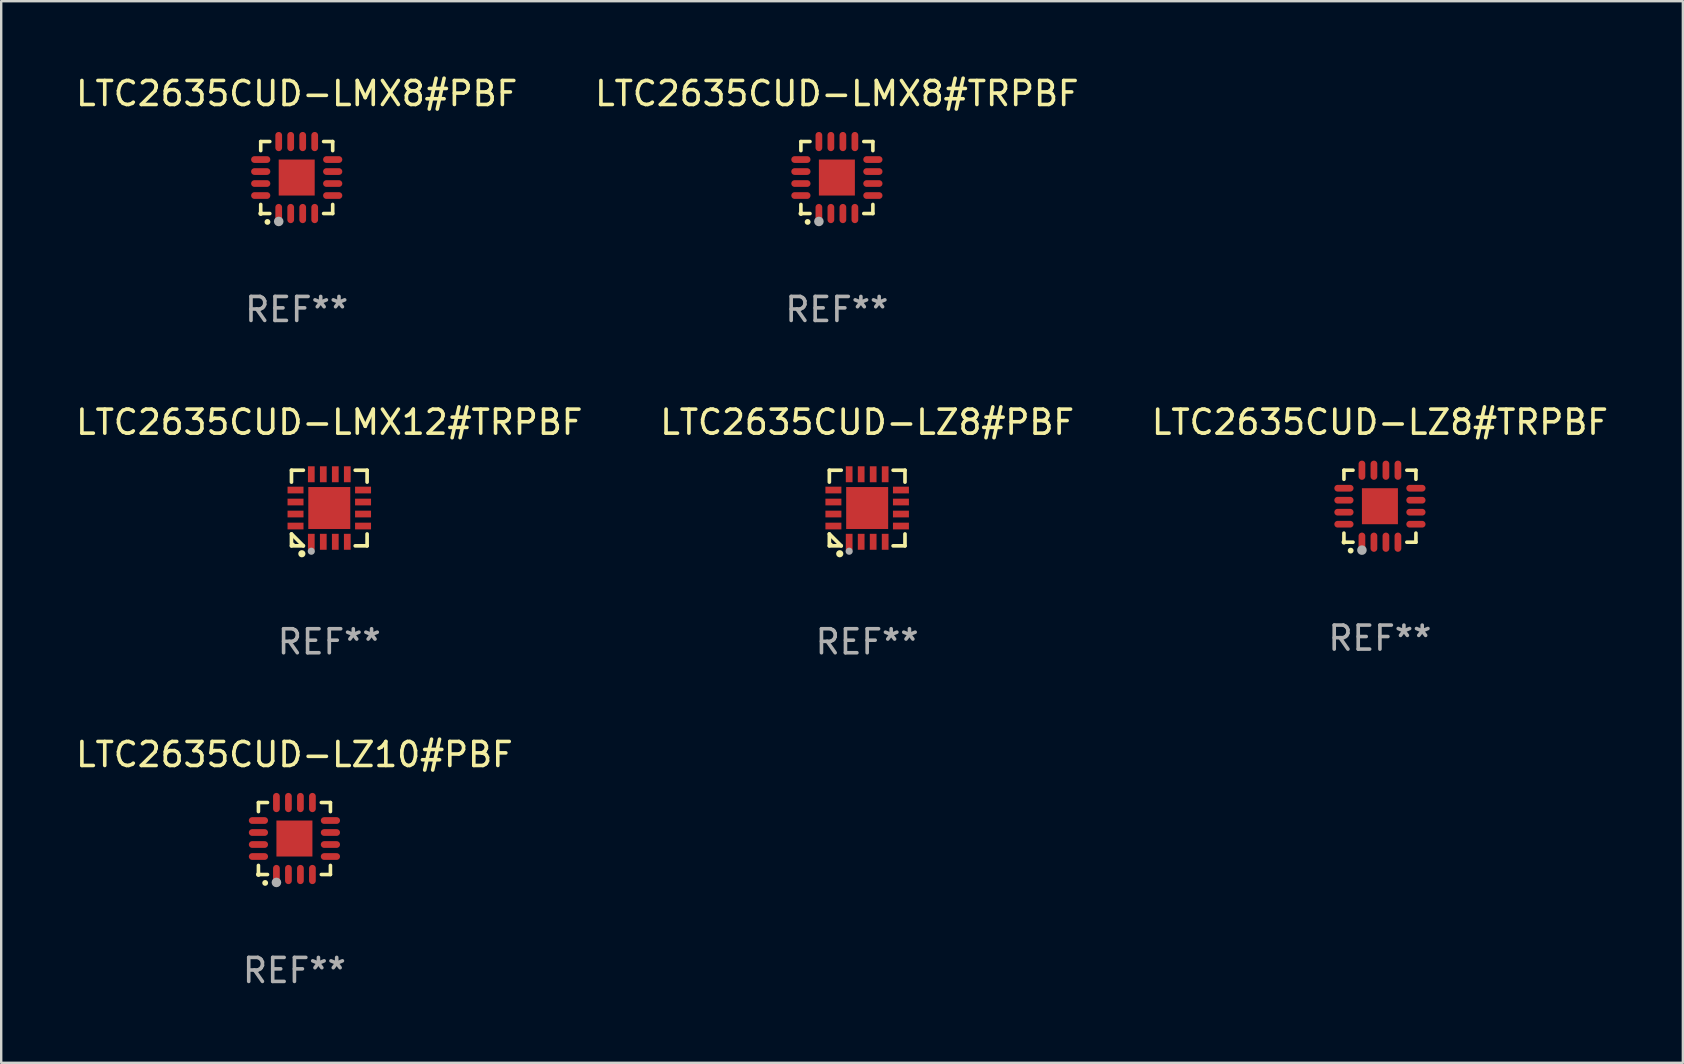
<source format=kicad_pcb>
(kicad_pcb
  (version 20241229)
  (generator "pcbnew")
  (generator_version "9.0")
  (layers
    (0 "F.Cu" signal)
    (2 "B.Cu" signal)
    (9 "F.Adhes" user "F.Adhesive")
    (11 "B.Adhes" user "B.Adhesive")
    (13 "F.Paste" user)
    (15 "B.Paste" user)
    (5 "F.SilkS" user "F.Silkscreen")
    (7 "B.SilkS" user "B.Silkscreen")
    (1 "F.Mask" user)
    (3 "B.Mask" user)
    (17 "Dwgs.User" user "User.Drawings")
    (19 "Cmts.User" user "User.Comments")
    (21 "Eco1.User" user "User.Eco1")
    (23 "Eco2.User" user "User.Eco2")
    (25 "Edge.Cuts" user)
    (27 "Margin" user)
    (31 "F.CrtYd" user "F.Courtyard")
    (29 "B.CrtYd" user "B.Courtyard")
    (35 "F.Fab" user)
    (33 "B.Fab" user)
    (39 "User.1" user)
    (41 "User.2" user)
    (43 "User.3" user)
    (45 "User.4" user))
  (footprint "LTC2635CUD-LMX8#PBF"
    (layer "F.Cu")
    (at 9.315 4.349)
    (property "Reference" "LTC2635CUD-LMX8#PBF" (at 0 -3.5 0) (layer "F.SilkS") (effects (font (size 1 1) (thickness 0.15))))
    (attr through_hole)
    (fp_line (start -1.5 -1.5) (end -1.121 -1.5) (stroke (width 0.15) (type solid)) (layer "F.SilkS"))
    (fp_line (start -1.5 -1.122) (end -1.5 -1.5) (stroke (width 0.15) (type solid)) (layer "F.SilkS"))
    (fp_line (start -1.5 1.5) (end -1.5 1.121) (stroke (width 0.15) (type solid)) (layer "F.SilkS"))
    (fp_line (start -1.121 1.5) (end -1.5 1.5) (stroke (width 0.15) (type solid)) (layer "F.SilkS"))
    (fp_line (start 1.121 -1.5) (end 1.5 -1.5) (stroke (width 0.15) (type solid)) (layer "F.SilkS"))
    (fp_line (start 1.5 -1.5) (end 1.5 -1.122) (stroke (width 0.15) (type solid)) (layer "F.SilkS"))
    (fp_line (start 1.5 1.121) (end 1.5 1.5) (stroke (width 0.15) (type solid)) (layer "F.SilkS"))
    (fp_line (start 1.5 1.5) (end 1.121 1.5) (stroke (width 0.15) (type solid)) (layer "F.SilkS"))
    (fp_arc (start -1.219926 1.850254) (mid -1.21891 1.85025) (end -1.217894 1.850254) (stroke (width 0.240005) (type solid)) (layer "F.SilkS"))
    (fp_circle (center -1.5 1.5) (end -1.45 1.5) (stroke (width 0.1) (type solid)) (fill no) (layer "F.SilkS"))
    (fp_circle (center -0.75 1.83) (end -0.65 1.83) (stroke (width 0.2) (type solid)) (fill no) (layer "F.Fab"))
    (fp_text user "REF**" (at 0 5.5 0) (layer "F.Fab") (effects (font (size 1 1) (thickness 0.15))))
    (pad "1" smd oval (at -0.75 1.5) (size 0.28 0.8) (layers "F.Cu" "F.Mask" "F.Paste"))
    (pad "2" smd oval (at -0.25 1.5) (size 0.28 0.8) (layers "F.Cu" "F.Mask" "F.Paste"))
    (pad "3" smd oval (at 0.25 1.5) (size 0.28 0.8) (layers "F.Cu" "F.Mask" "F.Paste"))
    (pad "4" smd oval (at 0.75 1.5) (size 0.28 0.8) (layers "F.Cu" "F.Mask" "F.Paste"))
    (pad "5" smd oval (at 1.5 0.75) (size 0.8 0.28) (layers "F.Cu" "F.Mask" "F.Paste"))
    (pad "6" smd oval (at 1.5 0.25) (size 0.8 0.28) (layers "F.Cu" "F.Mask" "F.Paste"))
    (pad "7" smd oval (at 1.5 -0.25) (size 0.8 0.28) (layers "F.Cu" "F.Mask" "F.Paste"))
    (pad "8" smd oval (at 1.5 -0.75) (size 0.8 0.28) (layers "F.Cu" "F.Mask" "F.Paste"))
    (pad "9" smd oval (at 0.75 -1.5) (size 0.28 0.8) (layers "F.Cu" "F.Mask" "F.Paste"))
    (pad "10" smd oval (at 0.25 -1.5) (size 0.28 0.8) (layers "F.Cu" "F.Mask" "F.Paste"))
    (pad "11" smd oval (at -0.25 -1.5) (size 0.28 0.8) (layers "F.Cu" "F.Mask" "F.Paste"))
    (pad "12" smd oval (at -0.75 -1.5) (size 0.28 0.8) (layers "F.Cu" "F.Mask" "F.Paste"))
    (pad "13" smd oval (at -1.5 -0.75) (size 0.8 0.28) (layers "F.Cu" "F.Mask" "F.Paste"))
    (pad "14" smd oval (at -1.5 -0.25) (size 0.8 0.28) (layers "F.Cu" "F.Mask" "F.Paste"))
    (pad "15" smd oval (at -1.5 0.25) (size 0.8 0.28) (layers "F.Cu" "F.Mask" "F.Paste"))
    (pad "16" smd oval (at -1.5 0.75) (size 0.8 0.28) (layers "F.Cu" "F.Mask" "F.Paste"))
    (pad "17" smd rect (at -0.000064 0.000165) (size 1.5 1.5) (layers "F.Cu" "F.Mask" "F.Paste")))
  (footprint "LTC2635CUD-LMX8#TRPBF"
    (layer "F.Cu")
    (at 31.827 4.349)
    (property "Reference" "LTC2635CUD-LMX8#TRPBF" (at 0 -3.5 0) (layer "F.SilkS") (effects (font (size 1 1) (thickness 0.15))))
    (attr through_hole)
    (fp_line (start -1.5 -1.5) (end -1.121 -1.5) (stroke (width 0.15) (type solid)) (layer "F.SilkS"))
    (fp_line (start -1.5 -1.122) (end -1.5 -1.5) (stroke (width 0.15) (type solid)) (layer "F.SilkS"))
    (fp_line (start -1.5 1.5) (end -1.5 1.121) (stroke (width 0.15) (type solid)) (layer "F.SilkS"))
    (fp_line (start -1.121 1.5) (end -1.5 1.5) (stroke (width 0.15) (type solid)) (layer "F.SilkS"))
    (fp_line (start 1.121 -1.5) (end 1.5 -1.5) (stroke (width 0.15) (type solid)) (layer "F.SilkS"))
    (fp_line (start 1.5 -1.5) (end 1.5 -1.122) (stroke (width 0.15) (type solid)) (layer "F.SilkS"))
    (fp_line (start 1.5 1.121) (end 1.5 1.5) (stroke (width 0.15) (type solid)) (layer "F.SilkS"))
    (fp_line (start 1.5 1.5) (end 1.121 1.5) (stroke (width 0.15) (type solid)) (layer "F.SilkS"))
    (fp_arc (start -1.219926 1.850254) (mid -1.21891 1.85025) (end -1.217894 1.850254) (stroke (width 0.240005) (type solid)) (layer "F.SilkS"))
    (fp_circle (center -1.5 1.5) (end -1.45 1.5) (stroke (width 0.1) (type solid)) (fill no) (layer "F.SilkS"))
    (fp_circle (center -0.75 1.83) (end -0.65 1.83) (stroke (width 0.2) (type solid)) (fill no) (layer "F.Fab"))
    (fp_text user "REF**" (at 0 5.5 0) (layer "F.Fab") (effects (font (size 1 1) (thickness 0.15))))
    (pad "1" smd oval (at -0.75 1.5) (size 0.28 0.8) (layers "F.Cu" "F.Mask" "F.Paste"))
    (pad "2" smd oval (at -0.25 1.5) (size 0.28 0.8) (layers "F.Cu" "F.Mask" "F.Paste"))
    (pad "3" smd oval (at 0.25 1.5) (size 0.28 0.8) (layers "F.Cu" "F.Mask" "F.Paste"))
    (pad "4" smd oval (at 0.75 1.5) (size 0.28 0.8) (layers "F.Cu" "F.Mask" "F.Paste"))
    (pad "5" smd oval (at 1.5 0.75) (size 0.8 0.28) (layers "F.Cu" "F.Mask" "F.Paste"))
    (pad "6" smd oval (at 1.5 0.25) (size 0.8 0.28) (layers "F.Cu" "F.Mask" "F.Paste"))
    (pad "7" smd oval (at 1.5 -0.25) (size 0.8 0.28) (layers "F.Cu" "F.Mask" "F.Paste"))
    (pad "8" smd oval (at 1.5 -0.75) (size 0.8 0.28) (layers "F.Cu" "F.Mask" "F.Paste"))
    (pad "9" smd oval (at 0.75 -1.5) (size 0.28 0.8) (layers "F.Cu" "F.Mask" "F.Paste"))
    (pad "10" smd oval (at 0.25 -1.5) (size 0.28 0.8) (layers "F.Cu" "F.Mask" "F.Paste"))
    (pad "11" smd oval (at -0.25 -1.5) (size 0.28 0.8) (layers "F.Cu" "F.Mask" "F.Paste"))
    (pad "12" smd oval (at -0.75 -1.5) (size 0.28 0.8) (layers "F.Cu" "F.Mask" "F.Paste"))
    (pad "13" smd oval (at -1.5 -0.75) (size 0.8 0.28) (layers "F.Cu" "F.Mask" "F.Paste"))
    (pad "14" smd oval (at -1.5 -0.25) (size 0.8 0.28) (layers "F.Cu" "F.Mask" "F.Paste"))
    (pad "15" smd oval (at -1.5 0.25) (size 0.8 0.28) (layers "F.Cu" "F.Mask" "F.Paste"))
    (pad "16" smd oval (at -1.5 0.75) (size 0.8 0.28) (layers "F.Cu" "F.Mask" "F.Paste"))
    (pad "17" smd rect (at -0.000064 0.000165) (size 1.5 1.5) (layers "F.Cu" "F.Mask" "F.Paste")))
  (footprint "LTC2635CUD-LZ10#PBF"
    (layer "F.Cu")
    (at 9.22 31.895)
    (property "Reference" "LTC2635CUD-LZ10#PBF" (at 0 -3.5 0) (layer "F.SilkS") (effects (font (size 1 1) (thickness 0.15))))
    (attr through_hole)
    (fp_line (start -1.5 -1.5) (end -1.121 -1.5) (stroke (width 0.15) (type solid)) (layer "F.SilkS"))
    (fp_line (start -1.5 -1.122) (end -1.5 -1.5) (stroke (width 0.15) (type solid)) (layer "F.SilkS"))
    (fp_line (start -1.5 1.5) (end -1.5 1.121) (stroke (width 0.15) (type solid)) (layer "F.SilkS"))
    (fp_line (start -1.121 1.5) (end -1.5 1.5) (stroke (width 0.15) (type solid)) (layer "F.SilkS"))
    (fp_line (start 1.121 -1.5) (end 1.5 -1.5) (stroke (width 0.15) (type solid)) (layer "F.SilkS"))
    (fp_line (start 1.5 -1.5) (end 1.5 -1.122) (stroke (width 0.15) (type solid)) (layer "F.SilkS"))
    (fp_line (start 1.5 1.121) (end 1.5 1.5) (stroke (width 0.15) (type solid)) (layer "F.SilkS"))
    (fp_line (start 1.5 1.5) (end 1.121 1.5) (stroke (width 0.15) (type solid)) (layer "F.SilkS"))
    (fp_arc (start -1.219926 1.850254) (mid -1.21891 1.85025) (end -1.217894 1.850254) (stroke (width 0.240005) (type solid)) (layer "F.SilkS"))
    (fp_circle (center -1.5 1.5) (end -1.45 1.5) (stroke (width 0.1) (type solid)) (fill no) (layer "F.SilkS"))
    (fp_circle (center -0.75 1.83) (end -0.65 1.83) (stroke (width 0.2) (type solid)) (fill no) (layer "F.Fab"))
    (fp_text user "REF**" (at 0 5.5 0) (layer "F.Fab") (effects (font (size 1 1) (thickness 0.15))))
    (pad "1" smd oval (at -0.75 1.5) (size 0.28 0.8) (layers "F.Cu" "F.Mask" "F.Paste"))
    (pad "2" smd oval (at -0.25 1.5) (size 0.28 0.8) (layers "F.Cu" "F.Mask" "F.Paste"))
    (pad "3" smd oval (at 0.25 1.5) (size 0.28 0.8) (layers "F.Cu" "F.Mask" "F.Paste"))
    (pad "4" smd oval (at 0.75 1.5) (size 0.28 0.8) (layers "F.Cu" "F.Mask" "F.Paste"))
    (pad "5" smd oval (at 1.5 0.75) (size 0.8 0.28) (layers "F.Cu" "F.Mask" "F.Paste"))
    (pad "6" smd oval (at 1.5 0.25) (size 0.8 0.28) (layers "F.Cu" "F.Mask" "F.Paste"))
    (pad "7" smd oval (at 1.5 -0.25) (size 0.8 0.28) (layers "F.Cu" "F.Mask" "F.Paste"))
    (pad "8" smd oval (at 1.5 -0.75) (size 0.8 0.28) (layers "F.Cu" "F.Mask" "F.Paste"))
    (pad "9" smd oval (at 0.75 -1.5) (size 0.28 0.8) (layers "F.Cu" "F.Mask" "F.Paste"))
    (pad "10" smd oval (at 0.25 -1.5) (size 0.28 0.8) (layers "F.Cu" "F.Mask" "F.Paste"))
    (pad "11" smd oval (at -0.25 -1.5) (size 0.28 0.8) (layers "F.Cu" "F.Mask" "F.Paste"))
    (pad "12" smd oval (at -0.75 -1.5) (size 0.28 0.8) (layers "F.Cu" "F.Mask" "F.Paste"))
    (pad "13" smd oval (at -1.5 -0.75) (size 0.8 0.28) (layers "F.Cu" "F.Mask" "F.Paste"))
    (pad "14" smd oval (at -1.5 -0.25) (size 0.8 0.28) (layers "F.Cu" "F.Mask" "F.Paste"))
    (pad "15" smd oval (at -1.5 0.25) (size 0.8 0.28) (layers "F.Cu" "F.Mask" "F.Paste"))
    (pad "16" smd oval (at -1.5 0.75) (size 0.8 0.28) (layers "F.Cu" "F.Mask" "F.Paste"))
    (pad "17" smd rect (at -0.000064 0.000165) (size 1.5 1.5) (layers "F.Cu" "F.Mask" "F.Paste")))
  (footprint "LTC2635CUD-LZ8#TRPBF"
    (layer "F.Cu")
    (at 54.458 18.046)
    (property "Reference" "LTC2635CUD-LZ8#TRPBF" (at 0 -3.5 0) (layer "F.SilkS") (effects (font (size 1 1) (thickness 0.15))))
    (attr through_hole)
    (fp_line (start -1.5 -1.5) (end -1.121 -1.5) (stroke (width 0.15) (type solid)) (layer "F.SilkS"))
    (fp_line (start -1.5 -1.122) (end -1.5 -1.5) (stroke (width 0.15) (type solid)) (layer "F.SilkS"))
    (fp_line (start -1.5 1.5) (end -1.5 1.121) (stroke (width 0.15) (type solid)) (layer "F.SilkS"))
    (fp_line (start -1.121 1.5) (end -1.5 1.5) (stroke (width 0.15) (type solid)) (layer "F.SilkS"))
    (fp_line (start 1.121 -1.5) (end 1.5 -1.5) (stroke (width 0.15) (type solid)) (layer "F.SilkS"))
    (fp_line (start 1.5 -1.5) (end 1.5 -1.122) (stroke (width 0.15) (type solid)) (layer "F.SilkS"))
    (fp_line (start 1.5 1.121) (end 1.5 1.5) (stroke (width 0.15) (type solid)) (layer "F.SilkS"))
    (fp_line (start 1.5 1.5) (end 1.121 1.5) (stroke (width 0.15) (type solid)) (layer "F.SilkS"))
    (fp_arc (start -1.219926 1.850254) (mid -1.21891 1.85025) (end -1.217894 1.850254) (stroke (width 0.240005) (type solid)) (layer "F.SilkS"))
    (fp_circle (center -1.5 1.5) (end -1.45 1.5) (stroke (width 0.1) (type solid)) (fill no) (layer "F.SilkS"))
    (fp_circle (center -0.75 1.83) (end -0.65 1.83) (stroke (width 0.2) (type solid)) (fill no) (layer "F.Fab"))
    (fp_text user "REF**" (at 0 5.5 0) (layer "F.Fab") (effects (font (size 1 1) (thickness 0.15))))
    (pad "1" smd oval (at -0.75 1.5) (size 0.28 0.8) (layers "F.Cu" "F.Mask" "F.Paste"))
    (pad "2" smd oval (at -0.25 1.5) (size 0.28 0.8) (layers "F.Cu" "F.Mask" "F.Paste"))
    (pad "3" smd oval (at 0.25 1.5) (size 0.28 0.8) (layers "F.Cu" "F.Mask" "F.Paste"))
    (pad "4" smd oval (at 0.75 1.5) (size 0.28 0.8) (layers "F.Cu" "F.Mask" "F.Paste"))
    (pad "5" smd oval (at 1.5 0.75) (size 0.8 0.28) (layers "F.Cu" "F.Mask" "F.Paste"))
    (pad "6" smd oval (at 1.5 0.25) (size 0.8 0.28) (layers "F.Cu" "F.Mask" "F.Paste"))
    (pad "7" smd oval (at 1.5 -0.25) (size 0.8 0.28) (layers "F.Cu" "F.Mask" "F.Paste"))
    (pad "8" smd oval (at 1.5 -0.75) (size 0.8 0.28) (layers "F.Cu" "F.Mask" "F.Paste"))
    (pad "9" smd oval (at 0.75 -1.5) (size 0.28 0.8) (layers "F.Cu" "F.Mask" "F.Paste"))
    (pad "10" smd oval (at 0.25 -1.5) (size 0.28 0.8) (layers "F.Cu" "F.Mask" "F.Paste"))
    (pad "11" smd oval (at -0.25 -1.5) (size 0.28 0.8) (layers "F.Cu" "F.Mask" "F.Paste"))
    (pad "12" smd oval (at -0.75 -1.5) (size 0.28 0.8) (layers "F.Cu" "F.Mask" "F.Paste"))
    (pad "13" smd oval (at -1.5 -0.75) (size 0.8 0.28) (layers "F.Cu" "F.Mask" "F.Paste"))
    (pad "14" smd oval (at -1.5 -0.25) (size 0.8 0.28) (layers "F.Cu" "F.Mask" "F.Paste"))
    (pad "15" smd oval (at -1.5 0.25) (size 0.8 0.28) (layers "F.Cu" "F.Mask" "F.Paste"))
    (pad "16" smd oval (at -1.5 0.75) (size 0.8 0.28) (layers "F.Cu" "F.Mask" "F.Paste"))
    (pad "17" smd rect (at -0.000064 0.000165) (size 1.5 1.5) (layers "F.Cu" "F.Mask" "F.Paste")))
  (footprint "LTC2635CUD-LMX12#TRPBF"
    (layer "F.Cu")
    (at 10.673 18.122)
    (property "Reference" "LTC2635CUD-LMX12#TRPBF" (at 0 -3.576 0) (layer "F.SilkS") (effects (font (size 1 1) (thickness 0.15))))
    (attr through_hole)
    (fp_line (start -1.576 -1.576) (end -1.08 -1.576) (stroke (width 0.152) (type solid)) (layer "F.SilkS"))
    (fp_line (start -1.576 -1.08) (end -1.576 -1.576) (stroke (width 0.152) (type solid)) (layer "F.SilkS"))
    (fp_line (start -1.576 1.08) (end -1.576 1.576) (stroke (width 0.152) (type solid)) (layer "F.SilkS"))
    (fp_line (start -1.576 1.576) (end -1.08 1.576) (stroke (width 0.152) (type solid)) (layer "F.SilkS"))
    (fp_line (start -1.08 1.576) (end -1.576 1.08) (stroke (width 0.152) (type solid)) (layer "F.SilkS"))
    (fp_line (start 1.576 -1.576) (end 1.08 -1.576) (stroke (width 0.152) (type solid)) (layer "F.SilkS"))
    (fp_line (start 1.576 -1.08) (end 1.576 -1.576) (stroke (width 0.152) (type solid)) (layer "F.SilkS"))
    (fp_line (start 1.576 1.08) (end 1.576 1.576) (stroke (width 0.152) (type solid)) (layer "F.SilkS"))
    (fp_line (start 1.576 1.576) (end 1.08 1.576) (stroke (width 0.152) (type solid)) (layer "F.SilkS"))
    (fp_circle (center -1.5 1.5) (end -1.47 1.5) (stroke (width 0.06) (type solid)) (fill no) (layer "F.SilkS"))
    (fp_circle (center -1.143 1.905) (end -1.068 1.905) (stroke (width 0.15) (type solid)) (fill no) (layer "F.SilkS"))
    (fp_circle (center -0.75 1.8) (end -0.675 1.8) (stroke (width 0.15) (type solid)) (fill no) (layer "F.Fab"))
    (fp_text user "REF**" (at 0 5.576 0) (layer "F.Fab") (effects (font (size 1 1) (thickness 0.15))))
    (pad "1" smd rect (at -0.75 1.407) (size 0.28 0.665) (layers "F.Cu" "F.Mask" "F.Paste"))
    (pad "2" smd rect (at -0.25 1.407) (size 0.28 0.665) (layers "F.Cu" "F.Mask" "F.Paste"))
    (pad "3" smd rect (at 0.25 1.407) (size 0.28 0.665) (layers "F.Cu" "F.Mask" "F.Paste"))
    (pad "4" smd rect (at 0.75 1.407) (size 0.28 0.665) (layers "F.Cu" "F.Mask" "F.Paste"))
    (pad "5" smd rect (at 1.407 0.75) (size 0.665 0.28) (layers "F.Cu" "F.Mask" "F.Paste"))
    (pad "6" smd rect (at 1.407 0.25) (size 0.665 0.28) (layers "F.Cu" "F.Mask" "F.Paste"))
    (pad "7" smd rect (at 1.407 -0.25) (size 0.665 0.28) (layers "F.Cu" "F.Mask" "F.Paste"))
    (pad "8" smd rect (at 1.407 -0.75) (size 0.665 0.28) (layers "F.Cu" "F.Mask" "F.Paste"))
    (pad "9" smd rect (at 0.75 -1.407) (size 0.28 0.665) (layers "F.Cu" "F.Mask" "F.Paste"))
    (pad "10" smd rect (at 0.25 -1.407) (size 0.28 0.665) (layers "F.Cu" "F.Mask" "F.Paste"))
    (pad "11" smd rect (at -0.25 -1.407) (size 0.28 0.665) (layers "F.Cu" "F.Mask" "F.Paste"))
    (pad "12" smd rect (at -0.75 -1.407) (size 0.28 0.665) (layers "F.Cu" "F.Mask" "F.Paste"))
    (pad "13" smd rect (at -1.407 -0.75) (size 0.665 0.28) (layers "F.Cu" "F.Mask" "F.Paste"))
    (pad "14" smd rect (at -1.407 -0.25) (size 0.665 0.28) (layers "F.Cu" "F.Mask" "F.Paste"))
    (pad "15" smd rect (at -1.407 0.25) (size 0.665 0.28) (layers "F.Cu" "F.Mask" "F.Paste"))
    (pad "16" smd rect (at -1.407 0.75) (size 0.665 0.28) (layers "F.Cu" "F.Mask" "F.Paste"))
    (pad "17" smd rect (at 0 0) (size 1.75 1.75) (layers "F.Cu" "F.Mask" "F.Paste")))
  (footprint "LTC2635CUD-LZ8#PBF"
    (layer "F.Cu")
    (at 33.089 18.122)
    (property "Reference" "LTC2635CUD-LZ8#PBF" (at 0 -3.576 0) (layer "F.SilkS") (effects (font (size 1 1) (thickness 0.15))))
    (attr through_hole)
    (fp_line (start -1.576 -1.576) (end -1.08 -1.576) (stroke (width 0.152) (type solid)) (layer "F.SilkS"))
    (fp_line (start -1.576 -1.08) (end -1.576 -1.576) (stroke (width 0.152) (type solid)) (layer "F.SilkS"))
    (fp_line (start -1.576 1.08) (end -1.576 1.576) (stroke (width 0.152) (type solid)) (layer "F.SilkS"))
    (fp_line (start -1.576 1.576) (end -1.08 1.576) (stroke (width 0.152) (type solid)) (layer "F.SilkS"))
    (fp_line (start -1.08 1.576) (end -1.576 1.08) (stroke (width 0.152) (type solid)) (layer "F.SilkS"))
    (fp_line (start 1.576 -1.576) (end 1.08 -1.576) (stroke (width 0.152) (type solid)) (layer "F.SilkS"))
    (fp_line (start 1.576 -1.08) (end 1.576 -1.576) (stroke (width 0.152) (type solid)) (layer "F.SilkS"))
    (fp_line (start 1.576 1.08) (end 1.576 1.576) (stroke (width 0.152) (type solid)) (layer "F.SilkS"))
    (fp_line (start 1.576 1.576) (end 1.08 1.576) (stroke (width 0.152) (type solid)) (layer "F.SilkS"))
    (fp_circle (center -1.5 1.5) (end -1.47 1.5) (stroke (width 0.06) (type solid)) (fill no) (layer "F.SilkS"))
    (fp_circle (center -1.143 1.905) (end -1.068 1.905) (stroke (width 0.15) (type solid)) (fill no) (layer "F.SilkS"))
    (fp_circle (center -0.75 1.8) (end -0.675 1.8) (stroke (width 0.15) (type solid)) (fill no) (layer "F.Fab"))
    (fp_text user "REF**" (at 0 5.576 0) (layer "F.Fab") (effects (font (size 1 1) (thickness 0.15))))
    (pad "1" smd rect (at -0.75 1.407) (size 0.28 0.665) (layers "F.Cu" "F.Mask" "F.Paste"))
    (pad "2" smd rect (at -0.25 1.407) (size 0.28 0.665) (layers "F.Cu" "F.Mask" "F.Paste"))
    (pad "3" smd rect (at 0.25 1.407) (size 0.28 0.665) (layers "F.Cu" "F.Mask" "F.Paste"))
    (pad "4" smd rect (at 0.75 1.407) (size 0.28 0.665) (layers "F.Cu" "F.Mask" "F.Paste"))
    (pad "5" smd rect (at 1.407 0.75) (size 0.665 0.28) (layers "F.Cu" "F.Mask" "F.Paste"))
    (pad "6" smd rect (at 1.407 0.25) (size 0.665 0.28) (layers "F.Cu" "F.Mask" "F.Paste"))
    (pad "7" smd rect (at 1.407 -0.25) (size 0.665 0.28) (layers "F.Cu" "F.Mask" "F.Paste"))
    (pad "8" smd rect (at 1.407 -0.75) (size 0.665 0.28) (layers "F.Cu" "F.Mask" "F.Paste"))
    (pad "9" smd rect (at 0.75 -1.407) (size 0.28 0.665) (layers "F.Cu" "F.Mask" "F.Paste"))
    (pad "10" smd rect (at 0.25 -1.407) (size 0.28 0.665) (layers "F.Cu" "F.Mask" "F.Paste"))
    (pad "11" smd rect (at -0.25 -1.407) (size 0.28 0.665) (layers "F.Cu" "F.Mask" "F.Paste"))
    (pad "12" smd rect (at -0.75 -1.407) (size 0.28 0.665) (layers "F.Cu" "F.Mask" "F.Paste"))
    (pad "13" smd rect (at -1.407 -0.75) (size 0.665 0.28) (layers "F.Cu" "F.Mask" "F.Paste"))
    (pad "14" smd rect (at -1.407 -0.25) (size 0.665 0.28) (layers "F.Cu" "F.Mask" "F.Paste"))
    (pad "15" smd rect (at -1.407 0.25) (size 0.665 0.28) (layers "F.Cu" "F.Mask" "F.Paste"))
    (pad "16" smd rect (at -1.407 0.75) (size 0.665 0.28) (layers "F.Cu" "F.Mask" "F.Paste"))
    (pad "17" smd rect (at 0 0) (size 1.75 1.75) (layers "F.Cu" "F.Mask" "F.Paste")))
  (gr_rect
    (start -3 -3)
    (end 67.083 41.243)
    (stroke (width 0.1) (type default))
    (fill no)
    (layer "Edge.Cuts")))
</source>
